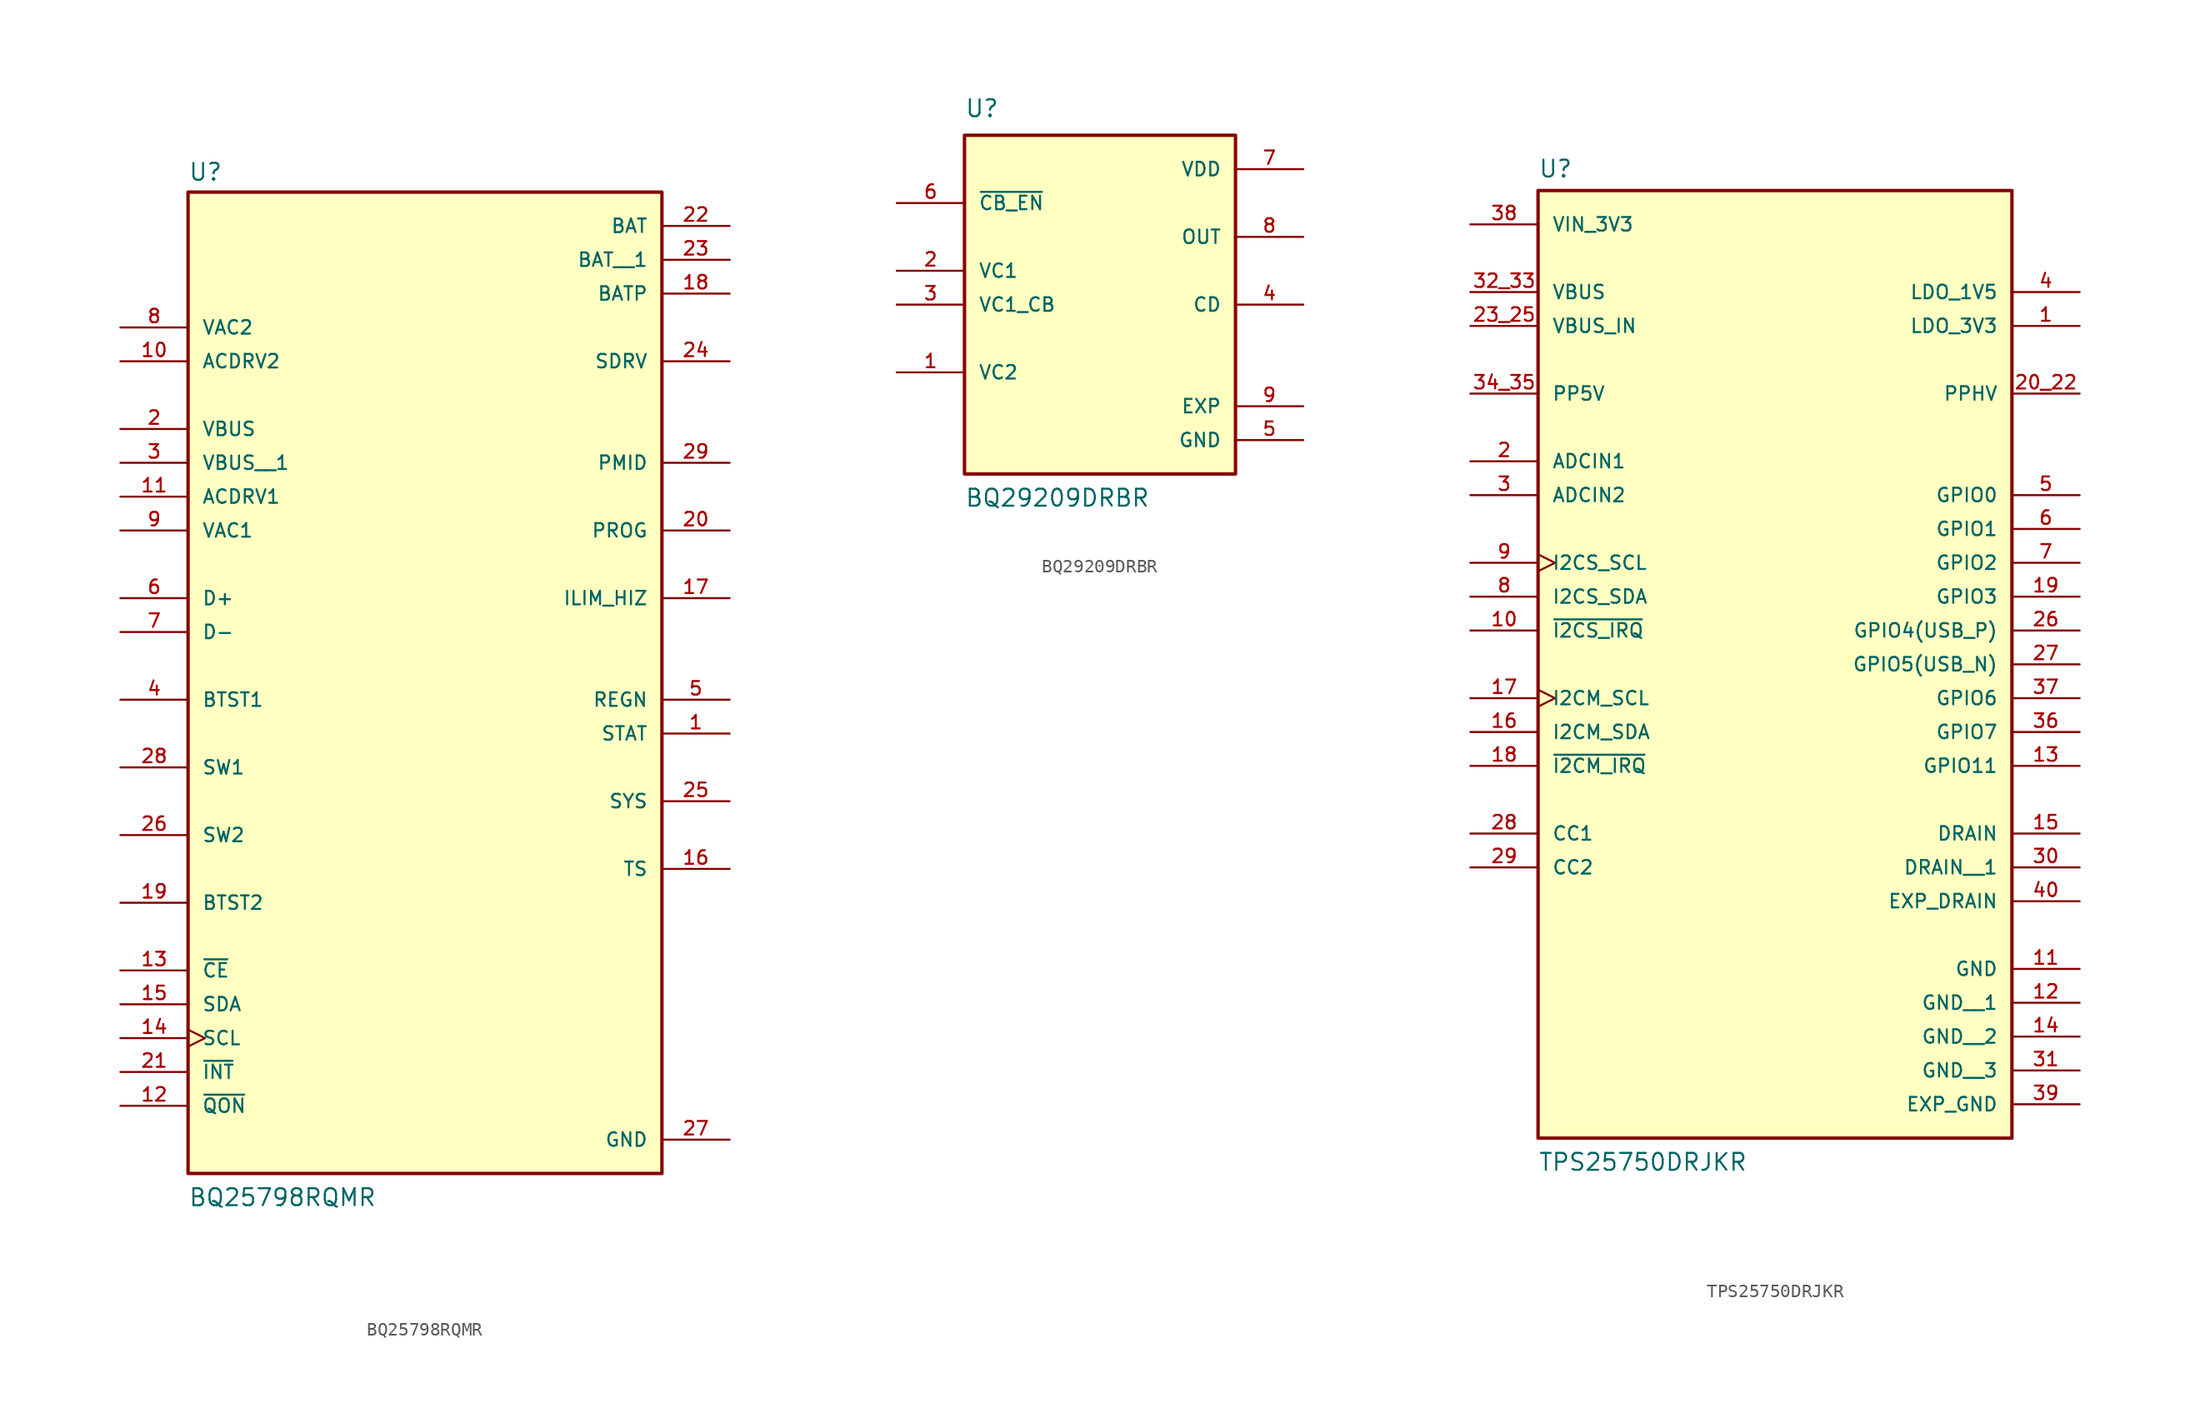
<source format=kicad_sym>
(kicad_symbol_lib
  (version 20220914)
  (generator kicad_symbol_editor)
  (symbol "BQ25798RQMR"
    (pin_names
      (offset 1.016))
    (property "Reference" "U"
      (at -17.78 36.322 0)
      (effects (font (size 1.27 1.27)) (justify left bottom)))
    (property "Value" "BQ25798RQMR"
      (at -17.78 -40.64 0)
      (effects (font (size 1.27 1.27)) (justify left bottom)))
    (symbol "BQ25798RQMR_0_0"
      (rectangle (start -17.78 -38.1) (end 17.78 35.56) (stroke (width 0.254) (type default)) (fill (type background)))
      (pin output line (at 22.86 -5.08 180) (length 5.08) (name "STAT" (effects (font (size 1.016 1.016)))) (number "1" (effects (font (size 1.016 1.016)))))
      (pin input line (at -22.86 22.86 0) (length 5.08) (name "ACDRV2" (effects (font (size 1.016 1.016)))) (number "10" (effects (font (size 1.016 1.016)))))
      (pin input line (at -22.86 12.7 0) (length 5.08) (name "ACDRV1" (effects (font (size 1.016 1.016)))) (number "11" (effects (font (size 1.016 1.016)))))
      (pin input line (at -22.86 -33.02 0) (length 5.08) (name "~{QON}" (effects (font (size 1.016 1.016)))) (number "12" (effects (font (size 1.016 1.016)))))
      (pin input line (at -22.86 -22.86 0) (length 5.08) (name "~{CE}" (effects (font (size 1.016 1.016)))) (number "13" (effects (font (size 1.016 1.016)))))
      (pin input clock (at -22.86 -27.94 0) (length 5.08) (name "SCL" (effects (font (size 1.016 1.016)))) (number "14" (effects (font (size 1.016 1.016)))))
      (pin bidirectional line (at -22.86 -25.4 0) (length 5.08) (name "SDA" (effects (font (size 1.016 1.016)))) (number "15" (effects (font (size 1.016 1.016)))))
      (pin input line (at 22.86 -15.24 180) (length 5.08) (name "TS" (effects (font (size 1.016 1.016)))) (number "16" (effects (font (size 1.016 1.016)))))
      (pin input line (at 22.86 5.08 180) (length 5.08) (name "ILIM_HIZ" (effects (font (size 1.016 1.016)))) (number "17" (effects (font (size 1.016 1.016)))))
      (pin power_in line (at 22.86 27.94 180) (length 5.08) (name "BATP" (effects (font (size 1.016 1.016)))) (number "18" (effects (font (size 1.016 1.016)))))
      (pin output line (at -22.86 -17.78 0) (length 5.08) (name "BTST2" (effects (font (size 1.016 1.016)))) (number "19" (effects (font (size 1.016 1.016)))))
      (pin input line (at -22.86 17.78 0) (length 5.08) (name "VBUS" (effects (font (size 1.016 1.016)))) (number "2" (effects (font (size 1.016 1.016)))))
      (pin input line (at 22.86 10.16 180) (length 5.08) (name "PROG" (effects (font (size 1.016 1.016)))) (number "20" (effects (font (size 1.016 1.016)))))
      (pin output line (at -22.86 -30.48 0) (length 5.08) (name "~{INT}" (effects (font (size 1.016 1.016)))) (number "21" (effects (font (size 1.016 1.016)))))
      (pin power_in line (at 22.86 33.02 180) (length 5.08) (name "BAT" (effects (font (size 1.016 1.016)))) (number "22" (effects (font (size 1.016 1.016)))))
      (pin power_in line (at 22.86 30.48 180) (length 5.08) (name "BAT__1" (effects (font (size 1.016 1.016)))) (number "23" (effects (font (size 1.016 1.016)))))
      (pin output line (at 22.86 22.86 180) (length 5.08) (name "SDRV" (effects (font (size 1.016 1.016)))) (number "24" (effects (font (size 1.016 1.016)))))
      (pin output line (at 22.86 -10.16 180) (length 5.08) (name "SYS" (effects (font (size 1.016 1.016)))) (number "25" (effects (font (size 1.016 1.016)))))
      (pin passive line (at -22.86 -12.7 0) (length 5.08) (name "SW2" (effects (font (size 1.016 1.016)))) (number "26" (effects (font (size 1.016 1.016)))))
      (pin power_in line (at 22.86 -35.56 180) (length 5.08) (name "GND" (effects (font (size 1.016 1.016)))) (number "27" (effects (font (size 1.016 1.016)))))
      (pin passive line (at -22.86 -7.62 0) (length 5.08) (name "SW1" (effects (font (size 1.016 1.016)))) (number "28" (effects (font (size 1.016 1.016)))))
      (pin passive line (at 22.86 15.24 180) (length 5.08) (name "PMID" (effects (font (size 1.016 1.016)))) (number "29" (effects (font (size 1.016 1.016)))))
      (pin input line (at -22.86 15.24 0) (length 5.08) (name "VBUS__1" (effects (font (size 1.016 1.016)))) (number "3" (effects (font (size 1.016 1.016)))))
      (pin input line (at -22.86 -2.54 0) (length 5.08) (name "BTST1" (effects (font (size 1.016 1.016)))) (number "4" (effects (font (size 1.016 1.016)))))
      (pin output line (at 22.86 -2.54 180) (length 5.08) (name "REGN" (effects (font (size 1.016 1.016)))) (number "5" (effects (font (size 1.016 1.016)))))
      (pin bidirectional line (at -22.86 5.08 0) (length 5.08) (name "D+" (effects (font (size 1.016 1.016)))) (number "6" (effects (font (size 1.016 1.016)))))
      (pin bidirectional line (at -22.86 2.54 0) (length 5.08) (name "D-" (effects (font (size 1.016 1.016)))) (number "7" (effects (font (size 1.016 1.016)))))
      (pin input line (at -22.86 25.4 0) (length 5.08) (name "VAC2" (effects (font (size 1.016 1.016)))) (number "8" (effects (font (size 1.016 1.016)))))
      (pin input line (at -22.86 10.16 0) (length 5.08) (name "VAC1" (effects (font (size 1.016 1.016)))) (number "9" (effects (font (size 1.016 1.016)))))))
  (symbol "BQ29209DRBR"
    (pin_names
      (offset 1.016))
    (property "Reference" "U"
      (at -10.16 13.97 0)
      (effects (font (size 1.27 1.27)) (justify left bottom)))
    (property "Value" "BQ29209DRBR"
      (at -10.16 -15.24 0)
      (effects (font (size 1.27 1.27)) (justify left bottom)))
    (symbol "BQ29209DRBR_0_0"
      (rectangle (start -10.16 -12.7) (end 10.16 12.7) (stroke (width 0.254) (type default)) (fill (type background)))
      (pin input line (at -15.24 -5.08 0) (length 5.08) (name "VC2" (effects (font (size 1.016 1.016)))) (number "1" (effects (font (size 1.016 1.016)))))
      (pin input line (at -15.24 2.54 0) (length 5.08) (name "VC1" (effects (font (size 1.016 1.016)))) (number "2" (effects (font (size 1.016 1.016)))))
      (pin input line (at -15.24 0 0) (length 5.08) (name "VC1_CB" (effects (font (size 1.016 1.016)))) (number "3" (effects (font (size 1.016 1.016)))))
      (pin passive line (at 15.24 0 180) (length 5.08) (name "CD" (effects (font (size 1.016 1.016)))) (number "4" (effects (font (size 1.016 1.016)))))
      (pin power_in line (at 15.24 -10.16 180) (length 5.08) (name "GND" (effects (font (size 1.016 1.016)))) (number "5" (effects (font (size 1.016 1.016)))))
      (pin input line (at -15.24 7.62 0) (length 5.08) (name "~{CB_EN}" (effects (font (size 1.016 1.016)))) (number "6" (effects (font (size 1.016 1.016)))))
      (pin power_in line (at 15.24 10.16 180) (length 5.08) (name "VDD" (effects (font (size 1.016 1.016)))) (number "7" (effects (font (size 1.016 1.016)))))
      (pin output line (at 15.24 5.08 180) (length 5.08) (name "OUT" (effects (font (size 1.016 1.016)))) (number "8" (effects (font (size 1.016 1.016)))))
      (pin power_in line (at 15.24 -7.62 180) (length 5.08) (name "EXP" (effects (font (size 1.016 1.016)))) (number "9" (effects (font (size 1.016 1.016)))))))
  (symbol "TPS25750DRJKR"
    (pin_names
      (offset 1.016))
    (property "Reference" "U"
      (at -17.78 31.369 0)
      (effects (font (size 1.27 1.27)) (justify left bottom)))
    (property "Value" "TPS25750DRJKR"
      (at -17.78 -43.18 0)
      (effects (font (size 1.27 1.27)) (justify left bottom)))
    (symbol "TPS25750DRJKR_0_0"
      (rectangle (start -17.78 -40.64) (end 17.78 30.48) (stroke (width 0.254) (type default)) (fill (type background)))
      (pin output line (at 22.86 20.32 180) (length 5.08) (name "LDO_3V3" (effects (font (size 1.016 1.016)))) (number "1" (effects (font (size 1.016 1.016)))))
      (pin output line (at -22.86 -2.54 0) (length 5.08) (name "~{I2CS_IRQ}" (effects (font (size 1.016 1.016)))) (number "10" (effects (font (size 1.016 1.016)))))
      (pin power_in line (at 22.86 -27.94 180) (length 5.08) (name "GND" (effects (font (size 1.016 1.016)))) (number "11" (effects (font (size 1.016 1.016)))))
      (pin power_in line (at 22.86 -30.48 180) (length 5.08) (name "GND__1" (effects (font (size 1.016 1.016)))) (number "12" (effects (font (size 1.016 1.016)))))
      (pin output line (at 22.86 -12.7 180) (length 5.08) (name "GPIO11" (effects (font (size 1.016 1.016)))) (number "13" (effects (font (size 1.016 1.016)))))
      (pin power_in line (at 22.86 -33.02 180) (length 5.08) (name "GND__2" (effects (font (size 1.016 1.016)))) (number "14" (effects (font (size 1.016 1.016)))))
      (pin passive line (at 22.86 -17.78 180) (length 5.08) (name "DRAIN" (effects (font (size 1.016 1.016)))) (number "15" (effects (font (size 1.016 1.016)))))
      (pin bidirectional line (at -22.86 -10.16 0) (length 5.08) (name "I2CM_SDA" (effects (font (size 1.016 1.016)))) (number "16" (effects (font (size 1.016 1.016)))))
      (pin output clock (at -22.86 -7.62 0) (length 5.08) (name "I2CM_SCL" (effects (font (size 1.016 1.016)))) (number "17" (effects (font (size 1.016 1.016)))))
      (pin input line (at -22.86 -12.7 0) (length 5.08) (name "~{I2CM_IRQ}" (effects (font (size 1.016 1.016)))) (number "18" (effects (font (size 1.016 1.016)))))
      (pin output line (at 22.86 0 180) (length 5.08) (name "GPIO3" (effects (font (size 1.016 1.016)))) (number "19" (effects (font (size 1.016 1.016)))))
      (pin input line (at -22.86 10.16 0) (length 5.08) (name "ADCIN1" (effects (font (size 1.016 1.016)))) (number "2" (effects (font (size 1.016 1.016)))))
      (pin bidirectional line (at 22.86 15.24 180) (length 5.08) (name "PPHV" (effects (font (size 1.016 1.016)))) (number "20_22" (effects (font (size 1.016 1.016)))))
      (pin input line (at -22.86 20.32 0) (length 5.08) (name "VBUS_IN" (effects (font (size 1.016 1.016)))) (number "23_25" (effects (font (size 1.016 1.016)))))
      (pin bidirectional line (at 22.86 -2.54 180) (length 5.08) (name "GPIO4(USB_P)" (effects (font (size 1.016 1.016)))) (number "26" (effects (font (size 1.016 1.016)))))
      (pin bidirectional line (at 22.86 -5.08 180) (length 5.08) (name "GPIO5(USB_N)" (effects (font (size 1.016 1.016)))) (number "27" (effects (font (size 1.016 1.016)))))
      (pin bidirectional line (at -22.86 -17.78 0) (length 5.08) (name "CC1" (effects (font (size 1.016 1.016)))) (number "28" (effects (font (size 1.016 1.016)))))
      (pin bidirectional line (at -22.86 -20.32 0) (length 5.08) (name "CC2" (effects (font (size 1.016 1.016)))) (number "29" (effects (font (size 1.016 1.016)))))
      (pin input line (at -22.86 7.62 0) (length 5.08) (name "ADCIN2" (effects (font (size 1.016 1.016)))) (number "3" (effects (font (size 1.016 1.016)))))
      (pin passive line (at 22.86 -20.32 180) (length 5.08) (name "DRAIN__1" (effects (font (size 1.016 1.016)))) (number "30" (effects (font (size 1.016 1.016)))))
      (pin power_in line (at 22.86 -35.56 180) (length 5.08) (name "GND__3" (effects (font (size 1.016 1.016)))) (number "31" (effects (font (size 1.016 1.016)))))
      (pin input line (at -22.86 22.86 0) (length 5.08) (name "VBUS" (effects (font (size 1.016 1.016)))) (number "32_33" (effects (font (size 1.016 1.016)))))
      (pin input line (at -22.86 15.24 0) (length 5.08) (name "PP5V" (effects (font (size 1.016 1.016)))) (number "34_35" (effects (font (size 1.016 1.016)))))
      (pin output line (at 22.86 -10.16 180) (length 5.08) (name "GPIO7" (effects (font (size 1.016 1.016)))) (number "36" (effects (font (size 1.016 1.016)))))
      (pin output line (at 22.86 -7.62 180) (length 5.08) (name "GPIO6" (effects (font (size 1.016 1.016)))) (number "37" (effects (font (size 1.016 1.016)))))
      (pin input line (at -22.86 27.94 0) (length 5.08) (name "VIN_3V3" (effects (font (size 1.016 1.016)))) (number "38" (effects (font (size 1.016 1.016)))))
      (pin power_in line (at 22.86 -38.1 180) (length 5.08) (name "EXP_GND" (effects (font (size 1.016 1.016)))) (number "39" (effects (font (size 1.016 1.016)))))
      (pin output line (at 22.86 22.86 180) (length 5.08) (name "LDO_1V5" (effects (font (size 1.016 1.016)))) (number "4" (effects (font (size 1.016 1.016)))))
      (pin passive line (at 22.86 -22.86 180) (length 5.08) (name "EXP_DRAIN" (effects (font (size 1.016 1.016)))) (number "40" (effects (font (size 1.016 1.016)))))
      (pin bidirectional line (at 22.86 7.62 180) (length 5.08) (name "GPIO0" (effects (font (size 1.016 1.016)))) (number "5" (effects (font (size 1.016 1.016)))))
      (pin bidirectional line (at 22.86 5.08 180) (length 5.08) (name "GPIO1" (effects (font (size 1.016 1.016)))) (number "6" (effects (font (size 1.016 1.016)))))
      (pin output line (at 22.86 2.54 180) (length 5.08) (name "GPIO2" (effects (font (size 1.016 1.016)))) (number "7" (effects (font (size 1.016 1.016)))))
      (pin bidirectional line (at -22.86 0 0) (length 5.08) (name "I2CS_SDA" (effects (font (size 1.016 1.016)))) (number "8" (effects (font (size 1.016 1.016)))))
      (pin input clock (at -22.86 2.54 0) (length 5.08) (name "I2CS_SCL" (effects (font (size 1.016 1.016)))) (number "9" (effects (font (size 1.016 1.016))))))))
</source>
